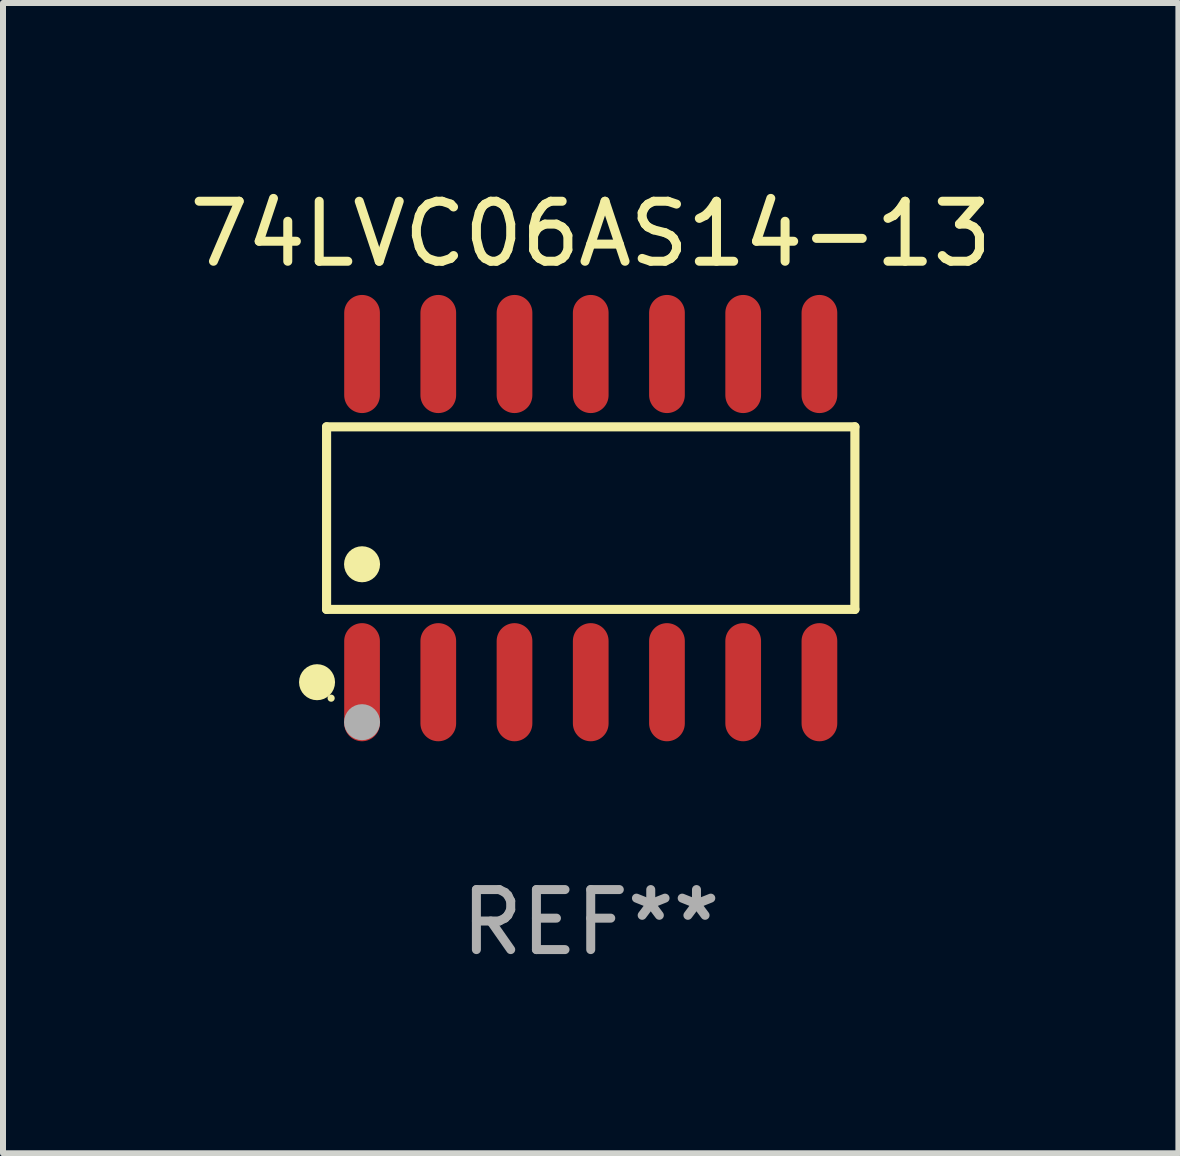
<source format=kicad_pcb>
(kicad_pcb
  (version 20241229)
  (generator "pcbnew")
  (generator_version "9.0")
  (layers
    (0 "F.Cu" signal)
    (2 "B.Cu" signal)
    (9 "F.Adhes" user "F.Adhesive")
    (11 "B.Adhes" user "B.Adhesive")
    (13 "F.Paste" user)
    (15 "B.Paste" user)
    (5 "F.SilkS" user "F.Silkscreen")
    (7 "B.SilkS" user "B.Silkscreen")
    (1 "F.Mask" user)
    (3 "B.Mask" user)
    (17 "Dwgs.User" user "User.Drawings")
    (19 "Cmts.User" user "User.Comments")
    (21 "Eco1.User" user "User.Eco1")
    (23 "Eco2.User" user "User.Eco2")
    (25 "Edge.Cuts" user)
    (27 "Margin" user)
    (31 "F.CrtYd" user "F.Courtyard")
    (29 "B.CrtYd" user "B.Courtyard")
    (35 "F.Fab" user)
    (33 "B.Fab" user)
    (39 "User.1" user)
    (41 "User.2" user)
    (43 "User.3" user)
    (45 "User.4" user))
  (footprint "74LVC06AS14-13"
    (layer "F.Cu")
    (at 6.792 5.582)
    (property "Reference" "74LVC06AS14-13" (at 0 -4.734 0) (layer "F.SilkS") (effects (font (size 1 1) (thickness 0.15))))
    (attr through_hole)
    (fp_line (start -4.401 -1.521) (end 4.401 -1.521) (stroke (width 0.152) (type solid)) (layer "F.SilkS"))
    (fp_line (start -4.401 1.521) (end -4.401 -1.521) (stroke (width 0.152) (type solid)) (layer "F.SilkS"))
    (fp_line (start 4.401 -1.521) (end 4.401 1.521) (stroke (width 0.152) (type solid)) (layer "F.SilkS"))
    (fp_line (start 4.401 1.521) (end -4.401 1.521) (stroke (width 0.152) (type solid)) (layer "F.SilkS"))
    (fp_circle (center -4.56 2.734) (end -4.41 2.734) (stroke (width 0.3) (type solid)) (fill no) (layer "F.SilkS"))
    (fp_circle (center -4.325 3) (end -4.295 3) (stroke (width 0.06) (type solid)) (fill no) (layer "F.SilkS"))
    (fp_circle (center -3.81 0.769) (end -3.66 0.769) (stroke (width 0.3) (type solid)) (fill no) (layer "F.SilkS"))
    (fp_circle (center -3.81 3.4) (end -3.66 3.4) (stroke (width 0.3) (type solid)) (fill no) (layer "F.Fab"))
    (fp_text user "REF**" (at 0 6.734 0) (layer "F.Fab") (effects (font (size 1 1) (thickness 0.15))))
    (pad "1" smd oval (at -3.81 2.734) (size 0.595 1.968) (layers "F.Cu" "F.Mask" "F.Paste"))
    (pad "2" smd oval (at -2.54 2.734) (size 0.595 1.968) (layers "F.Cu" "F.Mask" "F.Paste"))
    (pad "3" smd oval (at -1.27 2.734) (size 0.595 1.968) (layers "F.Cu" "F.Mask" "F.Paste"))
    (pad "4" smd oval (at 0 2.734) (size 0.595 1.968) (layers "F.Cu" "F.Mask" "F.Paste"))
    (pad "5" smd oval (at 1.27 2.734) (size 0.595 1.968) (layers "F.Cu" "F.Mask" "F.Paste"))
    (pad "6" smd oval (at 2.54 2.734) (size 0.595 1.968) (layers "F.Cu" "F.Mask" "F.Paste"))
    (pad "7" smd oval (at 3.81 2.734) (size 0.595 1.968) (layers "F.Cu" "F.Mask" "F.Paste"))
    (pad "8" smd oval (at 3.81 -2.734) (size 0.595 1.968) (layers "F.Cu" "F.Mask" "F.Paste"))
    (pad "9" smd oval (at 2.54 -2.734) (size 0.595 1.968) (layers "F.Cu" "F.Mask" "F.Paste"))
    (pad "10" smd oval (at 1.27 -2.734) (size 0.595 1.968) (layers "F.Cu" "F.Mask" "F.Paste"))
    (pad "11" smd oval (at 0 -2.734) (size 0.595 1.968) (layers "F.Cu" "F.Mask" "F.Paste"))
    (pad "12" smd oval (at -1.27 -2.734) (size 0.595 1.968) (layers "F.Cu" "F.Mask" "F.Paste"))
    (pad "13" smd oval (at -2.54 -2.734) (size 0.595 1.968) (layers "F.Cu" "F.Mask" "F.Paste"))
    (pad "14" smd oval (at -3.81 -2.734) (size 0.595 1.968) (layers "F.Cu" "F.Mask" "F.Paste")))
  (gr_rect
    (start -3 -3)
    (end 16.583 16.164)
    (stroke (width 0.1) (type default))
    (fill no)
    (layer "Edge.Cuts")))
</source>
